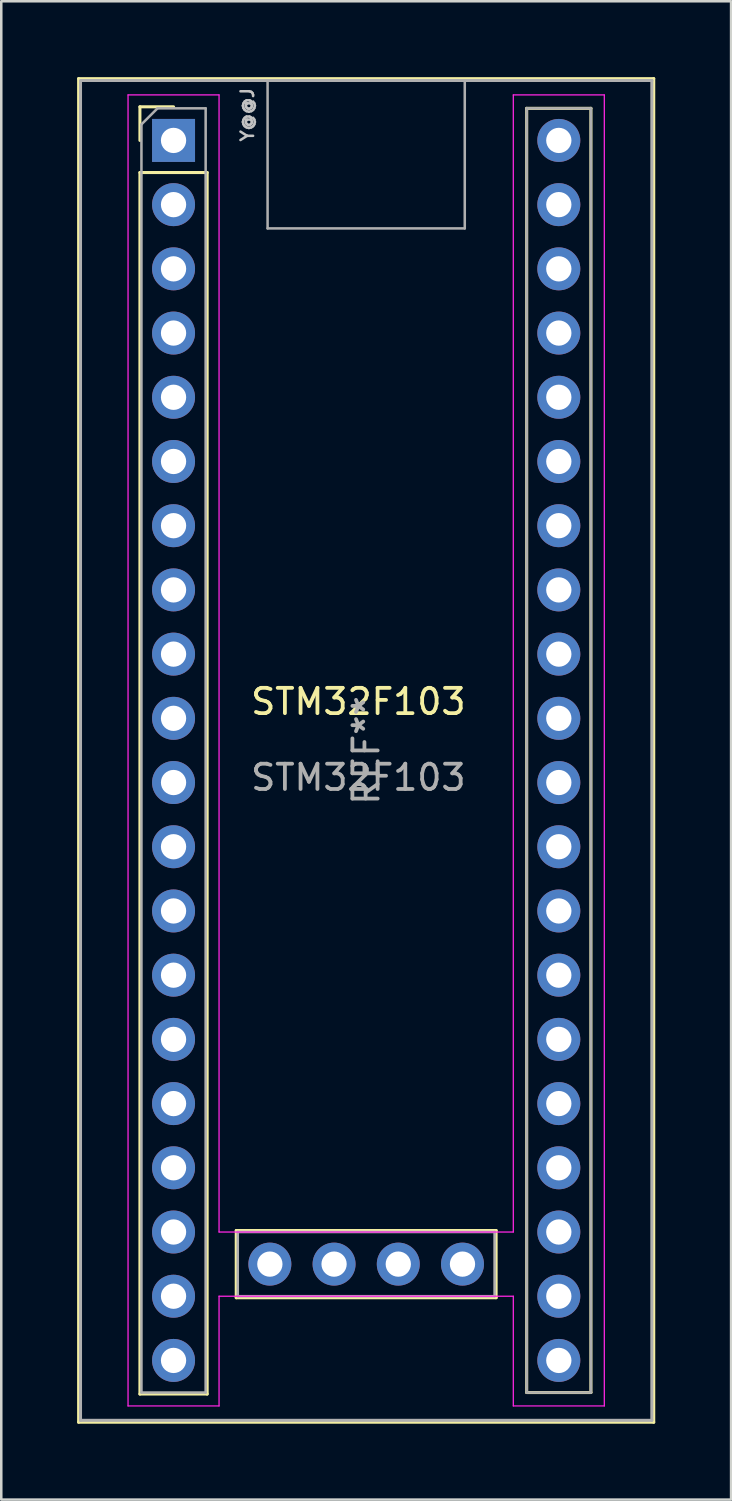
<source format=kicad_pcb>
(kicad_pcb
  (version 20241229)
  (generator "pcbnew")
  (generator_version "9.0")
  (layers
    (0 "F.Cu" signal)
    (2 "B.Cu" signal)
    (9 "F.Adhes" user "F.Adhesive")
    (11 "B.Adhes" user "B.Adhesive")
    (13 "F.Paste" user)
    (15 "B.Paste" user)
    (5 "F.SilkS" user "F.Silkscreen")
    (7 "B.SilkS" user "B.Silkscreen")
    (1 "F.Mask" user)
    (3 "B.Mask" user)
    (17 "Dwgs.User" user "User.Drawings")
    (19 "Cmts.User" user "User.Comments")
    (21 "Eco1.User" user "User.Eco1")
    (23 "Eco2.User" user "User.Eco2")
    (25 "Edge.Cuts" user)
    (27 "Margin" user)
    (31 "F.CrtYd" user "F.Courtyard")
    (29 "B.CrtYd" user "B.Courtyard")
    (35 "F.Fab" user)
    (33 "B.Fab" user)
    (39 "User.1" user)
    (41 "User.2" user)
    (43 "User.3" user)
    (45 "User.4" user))
  (footprint "STM32F103"
    (layer "F.Cu")
    (at 11.125 25.205)
    (property "Reference" "STM32F103" (at 0 -0.5 0) (unlocked yes) (layer "F.SilkS") (effects (font (size 1 1) (thickness 0.15))))
    (attr through_hole)
    (fp_line (start -11.065 -25.145) (end 11.685 -25.145) (stroke (width 0.12) (type solid)) (layer "F.SilkS"))
    (fp_line (start -11.065 28.005) (end -11.065 -25.145) (stroke (width 0.12) (type solid)) (layer "F.SilkS"))
    (fp_line (start -8.64 -24.03) (end -7.31 -24.03) (stroke (width 0.12) (type solid)) (layer "F.SilkS"))
    (fp_line (start -8.64 -22.7) (end -8.64 -24.03) (stroke (width 0.12) (type solid)) (layer "F.SilkS"))
    (fp_line (start -8.64 -21.43) (end -5.98 -21.43) (stroke (width 0.12) (type solid)) (layer "F.SilkS"))
    (fp_line (start -8.64 26.89) (end -8.64 -21.43) (stroke (width 0.12) (type solid)) (layer "F.SilkS"))
    (fp_line (start -5.98 -21.43) (end -5.98 26.89) (stroke (width 0.12) (type solid)) (layer "F.SilkS"))
    (fp_line (start -5.98 26.89) (end -8.64 26.89) (stroke (width 0.12) (type solid)) (layer "F.SilkS"))
    (fp_line (start -4.83 20.42) (end -4.83 23.08) (stroke (width 0.12) (type solid)) (layer "F.SilkS"))
    (fp_line (start -4.83 23.08) (end 5.45 23.08) (stroke (width 0.12) (type solid)) (layer "F.SilkS"))
    (fp_line (start 5.45 20.42) (end -4.83 20.42) (stroke (width 0.12) (type solid)) (layer "F.SilkS"))
    (fp_line (start 5.45 23.08) (end 5.45 20.42) (stroke (width 0.12) (type solid)) (layer "F.SilkS"))
    (fp_line (start 6.66 -23.97) (end 9.2 -23.97) (stroke (width 0.12) (type solid)) (layer "F.SilkS"))
    (fp_line (start 6.66 26.83) (end 6.66 -23.97) (stroke (width 0.12) (type solid)) (layer "F.SilkS"))
    (fp_line (start 9.2 -23.97) (end 9.2 26.83) (stroke (width 0.12) (type solid)) (layer "F.SilkS"))
    (fp_line (start 9.2 26.83) (end 6.66 26.83) (stroke (width 0.12) (type solid)) (layer "F.SilkS"))
    (fp_line (start 11.685 -25.145) (end 11.685 28.005) (stroke (width 0.12) (type solid)) (layer "F.SilkS"))
    (fp_line (start 11.685 28.005) (end -11.065 28.005) (stroke (width 0.12) (type solid)) (layer "F.SilkS"))
    (fp_line (start -9.11 -24.5) (end -9.11 27.36) (stroke (width 0.05) (type solid)) (layer "F.CrtYd"))
    (fp_line (start -9.11 27.36) (end -5.51 27.36) (stroke (width 0.05) (type solid)) (layer "F.CrtYd"))
    (fp_line (start -5.51 -24.5) (end -9.11 -24.5) (stroke (width 0.05) (type solid)) (layer "F.CrtYd"))
    (fp_line (start -5.51 -24.5) (end -5.51 20.48) (stroke (width 0.05) (type solid)) (layer "F.CrtYd"))
    (fp_line (start -5.51 20.48) (end 6.13 20.48) (stroke (width 0.05) (type solid)) (layer "F.CrtYd"))
    (fp_line (start -5.51 23.02) (end -5.51 27.36) (stroke (width 0.05) (type solid)) (layer "F.CrtYd"))
    (fp_line (start 6.13 -24.5) (end 6.13 20.48) (stroke (width 0.05) (type solid)) (layer "F.CrtYd"))
    (fp_line (start 6.13 -24.5) (end 9.73 -24.5) (stroke (width 0.05) (type solid)) (layer "F.CrtYd"))
    (fp_line (start 6.13 23.02) (end -5.51 23.02) (stroke (width 0.05) (type solid)) (layer "F.CrtYd"))
    (fp_line (start 6.13 23.02) (end 6.13 27.36) (stroke (width 0.05) (type solid)) (layer "F.CrtYd"))
    (fp_line (start 9.73 -24.5) (end 9.73 27.36) (stroke (width 0.05) (type solid)) (layer "F.CrtYd"))
    (fp_line (start 9.73 27.36) (end 6.13 27.36) (stroke (width 0.05) (type solid)) (layer "F.CrtYd"))
    (fp_line (start -10.99 -25.07) (end 11.61 -25.07) (stroke (width 0.12) (type solid)) (layer "F.Fab"))
    (fp_line (start -10.99 27.93) (end -10.99 -25.02) (stroke (width 0.12) (type solid)) (layer "F.Fab"))
    (fp_line (start -10.99 27.93) (end 11.61 27.93) (stroke (width 0.12) (type solid)) (layer "F.Fab"))
    (fp_line (start -8.58 -23.335) (end -7.945 -23.97) (stroke (width 0.1) (type solid)) (layer "F.Fab"))
    (fp_line (start -8.58 26.83) (end -8.58 -23.335) (stroke (width 0.1) (type solid)) (layer "F.Fab"))
    (fp_line (start -7.945 -23.97) (end -6.04 -23.97) (stroke (width 0.1) (type solid)) (layer "F.Fab"))
    (fp_line (start -6.04 -23.97) (end -6.04 26.83) (stroke (width 0.1) (type solid)) (layer "F.Fab"))
    (fp_line (start -6.04 26.83) (end -8.58 26.83) (stroke (width 0.1) (type solid)) (layer "F.Fab"))
    (fp_line (start -4.77 20.48) (end 5.39 20.48) (stroke (width 0.1) (type solid)) (layer "F.Fab"))
    (fp_line (start -4.77 23.02) (end -4.77 20.48) (stroke (width 0.1) (type solid)) (layer "F.Fab"))
    (fp_line (start -3.59 -19.22) (end -3.59 -25.02) (stroke (width 0.1) (type solid)) (layer "F.Fab"))
    (fp_line (start -3.59 -19.22) (end 4.21 -19.22) (stroke (width 0.1) (type solid)) (layer "F.Fab"))
    (fp_line (start 4.21 -19.22) (end 4.21 -25.02) (stroke (width 0.1) (type solid)) (layer "F.Fab"))
    (fp_line (start 5.39 20.48) (end 5.39 23.02) (stroke (width 0.1) (type solid)) (layer "F.Fab"))
    (fp_line (start 5.39 23.02) (end -4.77 23.02) (stroke (width 0.1) (type solid)) (layer "F.Fab"))
    (fp_line (start 6.66 -23.97) (end 9.2 -23.97) (stroke (width 0.1) (type solid)) (layer "F.Fab"))
    (fp_line (start 6.66 26.83) (end 6.66 -23.97) (stroke (width 0.1) (type solid)) (layer "F.Fab"))
    (fp_line (start 9.2 -23.97) (end 9.2 26.83) (stroke (width 0.1) (type solid)) (layer "F.Fab"))
    (fp_line (start 9.2 26.83) (end 6.66 26.83) (stroke (width 0.1) (type solid)) (layer "F.Fab"))
    (fp_line (start 11.61 -25.07) (end 11.61 27.93) (stroke (width 0.12) (type solid)) (layer "F.Fab"))
    (fp_text user "Y@@J" (at -4.389 -23.716 90) (unlocked yes) (layer "Dwgs.User") (effects (font (size 0.5 0.5) (thickness 0.1))))
    (fp_text user "REF**" (at 0.31 1.43 90) (layer "F.Fab") (effects (font (size 1 1) (thickness 0.15))))
    (fp_text user "${REFERENCE}" (at 0 2.5 0) (unlocked yes) (layer "F.Fab") (effects (font (size 1 1) (thickness 0.15))))
    (pad "1" thru_hole rect (at -7.31 -22.7) (size 1.7 1.7) (drill 1) (layers "*.Cu" "*.Mask"))
    (pad "2" thru_hole circle (at -7.31 -20.16) (size 1.7 1.7) (drill 1) (layers "*.Cu" "*.Mask"))
    (pad "3" thru_hole circle (at -7.31 -17.62) (size 1.7 1.7) (drill 1) (layers "*.Cu" "*.Mask"))
    (pad "4" thru_hole circle (at -7.31 -15.08) (size 1.7 1.7) (drill 1) (layers "*.Cu" "*.Mask"))
    (pad "5" thru_hole circle (at -7.31 -12.54) (size 1.7 1.7) (drill 1) (layers "*.Cu" "*.Mask"))
    (pad "6" thru_hole circle (at -7.31 -10) (size 1.7 1.7) (drill 1) (layers "*.Cu" "*.Mask"))
    (pad "7" thru_hole circle (at -7.31 -7.46) (size 1.7 1.7) (drill 1) (layers "*.Cu" "*.Mask"))
    (pad "8" thru_hole circle (at -7.31 -4.92) (size 1.7 1.7) (drill 1) (layers "*.Cu" "*.Mask"))
    (pad "9" thru_hole circle (at -7.31 -2.38) (size 1.7 1.7) (drill 1) (layers "*.Cu" "*.Mask"))
    (pad "10" thru_hole circle (at -7.31 0.16) (size 1.7 1.7) (drill 1) (layers "*.Cu" "*.Mask"))
    (pad "11" thru_hole circle (at -7.31 2.7) (size 1.7 1.7) (drill 1) (layers "*.Cu" "*.Mask"))
    (pad "12" thru_hole circle (at -7.31 5.24) (size 1.7 1.7) (drill 1) (layers "*.Cu" "*.Mask"))
    (pad "13" thru_hole circle (at -7.31 7.78) (size 1.7 1.7) (drill 1) (layers "*.Cu" "*.Mask"))
    (pad "14" thru_hole circle (at -7.31 10.32) (size 1.7 1.7) (drill 1) (layers "*.Cu" "*.Mask"))
    (pad "15" thru_hole circle (at -7.31 12.86) (size 1.7 1.7) (drill 1) (layers "*.Cu" "*.Mask"))
    (pad "16" thru_hole circle (at -7.31 15.4) (size 1.7 1.7) (drill 1) (layers "*.Cu" "*.Mask"))
    (pad "17" thru_hole circle (at -7.31 17.94) (size 1.7 1.7) (drill 1) (layers "*.Cu" "*.Mask"))
    (pad "18" thru_hole circle (at -7.31 20.48) (size 1.7 1.7) (drill 1) (layers "*.Cu" "*.Mask"))
    (pad "19" thru_hole circle (at -7.31 23.02) (size 1.7 1.7) (drill 1) (layers "*.Cu" "*.Mask"))
    (pad "20" thru_hole circle (at -7.31 25.56) (size 1.7 1.7) (drill 1) (layers "*.Cu" "*.Mask"))
    (pad "21" thru_hole circle (at 7.93 25.56) (size 1.7 1.7) (drill 1) (layers "*.Cu" "*.Mask"))
    (pad "22" thru_hole circle (at 7.93 23.02) (size 1.7 1.7) (drill 1) (layers "*.Cu" "*.Mask"))
    (pad "23" thru_hole circle (at 7.93 20.48) (size 1.7 1.7) (drill 1) (layers "*.Cu" "*.Mask"))
    (pad "24" thru_hole circle (at 7.93 17.94) (size 1.7 1.7) (drill 1) (layers "*.Cu" "*.Mask"))
    (pad "25" thru_hole circle (at 7.93 15.4) (size 1.7 1.7) (drill 1) (layers "*.Cu" "*.Mask"))
    (pad "26" thru_hole circle (at 7.93 12.86) (size 1.7 1.7) (drill 1) (layers "*.Cu" "*.Mask"))
    (pad "27" thru_hole circle (at 7.93 10.32) (size 1.7 1.7) (drill 1) (layers "*.Cu" "*.Mask"))
    (pad "28" thru_hole circle (at 7.93 7.78) (size 1.7 1.7) (drill 1) (layers "*.Cu" "*.Mask"))
    (pad "29" thru_hole circle (at 7.93 5.24) (size 1.7 1.7) (drill 1) (layers "*.Cu" "*.Mask"))
    (pad "30" thru_hole circle (at 7.93 2.7) (size 1.7 1.7) (drill 1) (layers "*.Cu" "*.Mask"))
    (pad "31" thru_hole circle (at 7.93 0.16) (size 1.7 1.7) (drill 1) (layers "*.Cu" "*.Mask"))
    (pad "32" thru_hole circle (at 7.93 -2.38) (size 1.7 1.7) (drill 1) (layers "*.Cu" "*.Mask"))
    (pad "33" thru_hole circle (at 7.93 -4.92) (size 1.7 1.7) (drill 1) (layers "*.Cu" "*.Mask"))
    (pad "34" thru_hole circle (at 7.93 -7.46) (size 1.7 1.7) (drill 1) (layers "*.Cu" "*.Mask"))
    (pad "35" thru_hole circle (at 7.93 -10) (size 1.7 1.7) (drill 1) (layers "*.Cu" "*.Mask"))
    (pad "36" thru_hole circle (at 7.93 -12.54) (size 1.7 1.7) (drill 1) (layers "*.Cu" "*.Mask"))
    (pad "37" thru_hole circle (at 7.93 -15.08) (size 1.7 1.7) (drill 1) (layers "*.Cu" "*.Mask"))
    (pad "38" thru_hole circle (at 7.93 -17.62) (size 1.7 1.7) (drill 1) (layers "*.Cu" "*.Mask"))
    (pad "39" thru_hole circle (at 7.93 -20.16) (size 1.7 1.7) (drill 1) (layers "*.Cu" "*.Mask"))
    (pad "40" thru_hole circle (at 7.93 -22.7) (size 1.7 1.7) (drill 1) (layers "*.Cu" "*.Mask"))
    (pad "41" thru_hole circle (at 4.12 21.75) (size 1.7 1.7) (drill 1) (layers "*.Cu" "*.Mask"))
    (pad "42" thru_hole circle (at 1.58 21.75) (size 1.7 1.7) (drill 1) (layers "*.Cu" "*.Mask"))
    (pad "43" thru_hole circle (at -0.96 21.75) (size 1.7 1.7) (drill 1) (layers "*.Cu" "*.Mask"))
    (pad "44" thru_hole circle (at -3.5 21.75) (size 1.7 1.7) (drill 1) (layers "*.Cu" "*.Mask")))
  (gr_rect
    (start -3 -3)
    (end 25.87 56.27)
    (stroke (width 0.1) (type default))
    (fill no)
    (layer "Edge.Cuts")))
</source>
